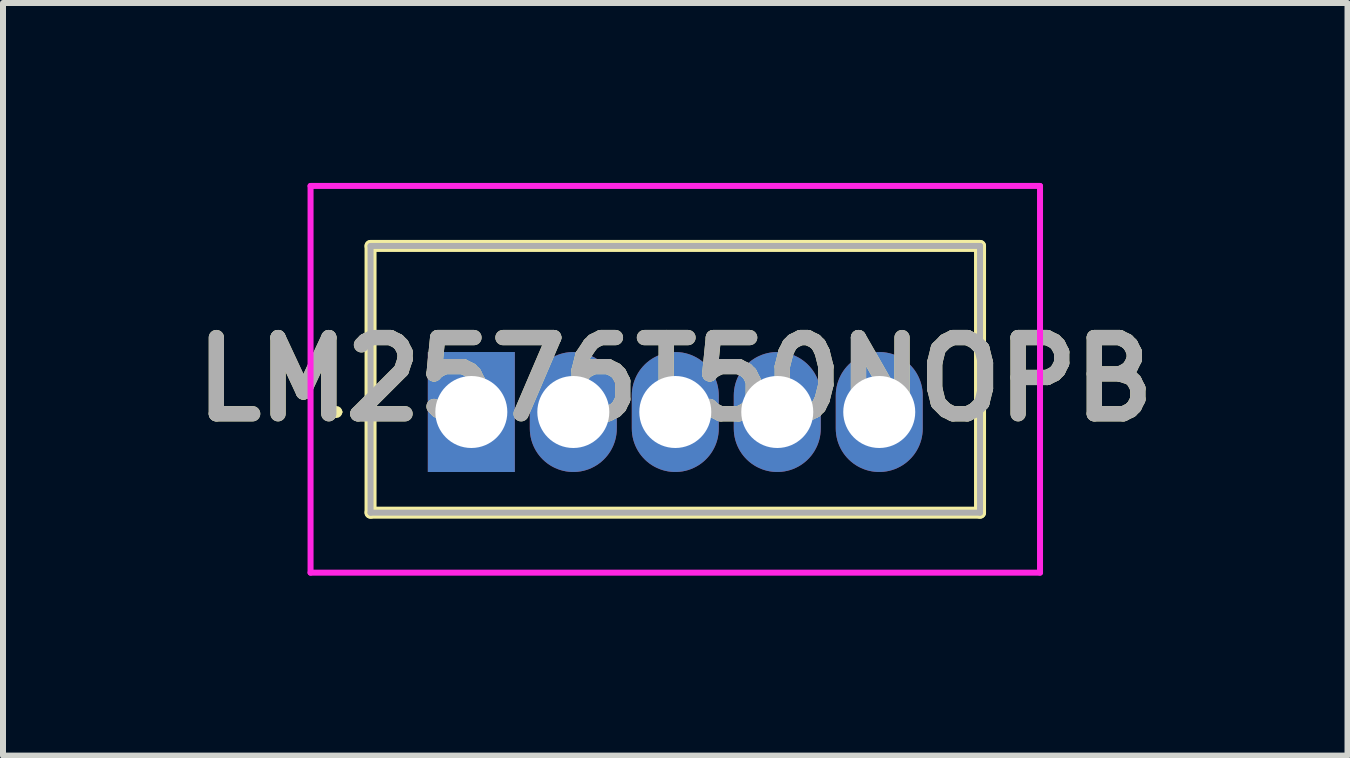
<source format=kicad_pcb>
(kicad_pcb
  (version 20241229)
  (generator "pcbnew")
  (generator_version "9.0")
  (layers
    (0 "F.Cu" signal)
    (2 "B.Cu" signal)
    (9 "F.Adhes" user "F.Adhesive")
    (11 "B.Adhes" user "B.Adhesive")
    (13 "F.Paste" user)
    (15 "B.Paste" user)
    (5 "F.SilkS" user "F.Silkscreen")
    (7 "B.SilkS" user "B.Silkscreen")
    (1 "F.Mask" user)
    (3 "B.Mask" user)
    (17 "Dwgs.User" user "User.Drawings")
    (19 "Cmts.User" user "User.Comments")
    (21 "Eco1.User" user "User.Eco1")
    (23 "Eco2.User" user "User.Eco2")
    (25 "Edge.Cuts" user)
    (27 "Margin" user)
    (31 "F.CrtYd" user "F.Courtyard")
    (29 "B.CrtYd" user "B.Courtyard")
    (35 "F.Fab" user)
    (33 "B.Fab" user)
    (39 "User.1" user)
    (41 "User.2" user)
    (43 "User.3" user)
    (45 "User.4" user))
  (footprint "LM2576T50NOPB"
    (layer "F.Cu")
    (at 4.807 3.818)
    (property "Reference" "LM2576T50NOPB" (at 3.4 -0.545 0) (layer "F.SilkS") (effects (font (size 1.27 1.27) (thickness 0.254))))
    (attr through_hole)
    (fp_line (start -2.3 0) (end -2.3 0) (stroke (width 0.1) (type solid)) (layer "F.SilkS"))
    (fp_line (start -2.2 0) (end -2.2 0) (stroke (width 0.1) (type solid)) (layer "F.SilkS"))
    (fp_line (start -1.68 -2.768) (end 8.48 -2.768) (stroke (width 0.2) (type solid)) (layer "F.SilkS"))
    (fp_line (start -1.68 1.678) (end -1.68 -2.768) (stroke (width 0.2) (type solid)) (layer "F.SilkS"))
    (fp_line (start 8.48 -2.768) (end 8.48 1.678) (stroke (width 0.2) (type solid)) (layer "F.SilkS"))
    (fp_line (start 8.48 1.678) (end -1.68 1.678) (stroke (width 0.2) (type solid)) (layer "F.SilkS"))
    (fp_arc (start -2.3 0) (mid -2.25 -0.05) (end -2.2 0) (stroke (width 0.1) (type solid)) (layer "F.SilkS"))
    (fp_arc (start -2.2 0) (mid -2.25 0.05) (end -2.3 0) (stroke (width 0.1) (type solid)) (layer "F.SilkS"))
    (fp_line (start -2.68 -3.768) (end 9.48 -3.768) (stroke (width 0.1) (type solid)) (layer "F.CrtYd"))
    (fp_line (start -2.68 2.678) (end -2.68 -3.768) (stroke (width 0.1) (type solid)) (layer "F.CrtYd"))
    (fp_line (start 9.48 -3.768) (end 9.48 2.678) (stroke (width 0.1) (type solid)) (layer "F.CrtYd"))
    (fp_line (start 9.48 2.678) (end -2.68 2.678) (stroke (width 0.1) (type solid)) (layer "F.CrtYd"))
    (fp_line (start -1.68 -2.768) (end 8.48 -2.768) (stroke (width 0.1) (type solid)) (layer "F.Fab"))
    (fp_line (start -1.68 1.678) (end -1.68 -2.768) (stroke (width 0.1) (type solid)) (layer "F.Fab"))
    (fp_line (start 8.48 -2.768) (end 8.48 1.678) (stroke (width 0.1) (type solid)) (layer "F.Fab"))
    (fp_line (start 8.48 1.678) (end -1.68 1.678) (stroke (width 0.1) (type solid)) (layer "F.Fab"))
    (fp_text user "${REFERENCE}" (at 3.4 -0.545 0) (layer "F.Fab") (effects (font (size 1.27 1.27) (thickness 0.254))))
    (pad "1" thru_hole rect (at 0 0) (size 1.45 2) (drill 1.2) (layers "*.Cu" "*.Mask"))
    (pad "2" thru_hole oval (at 1.7 0) (size 1.45 2) (drill 1.2) (layers "*.Cu" "*.Mask"))
    (pad "3" thru_hole oval (at 3.4 0) (size 1.45 2) (drill 1.2) (layers "*.Cu" "*.Mask"))
    (pad "4" thru_hole oval (at 5.1 0) (size 1.45 2) (drill 1.2) (layers "*.Cu" "*.Mask"))
    (pad "5" thru_hole oval (at 6.8 0) (size 1.45 2) (drill 1.2) (layers "*.Cu" "*.Mask")))
  (gr_rect
    (start -3 -3)
    (end 19.413 9.546)
    (stroke (width 0.1) (type default))
    (fill no)
    (layer "Edge.Cuts")))
</source>
